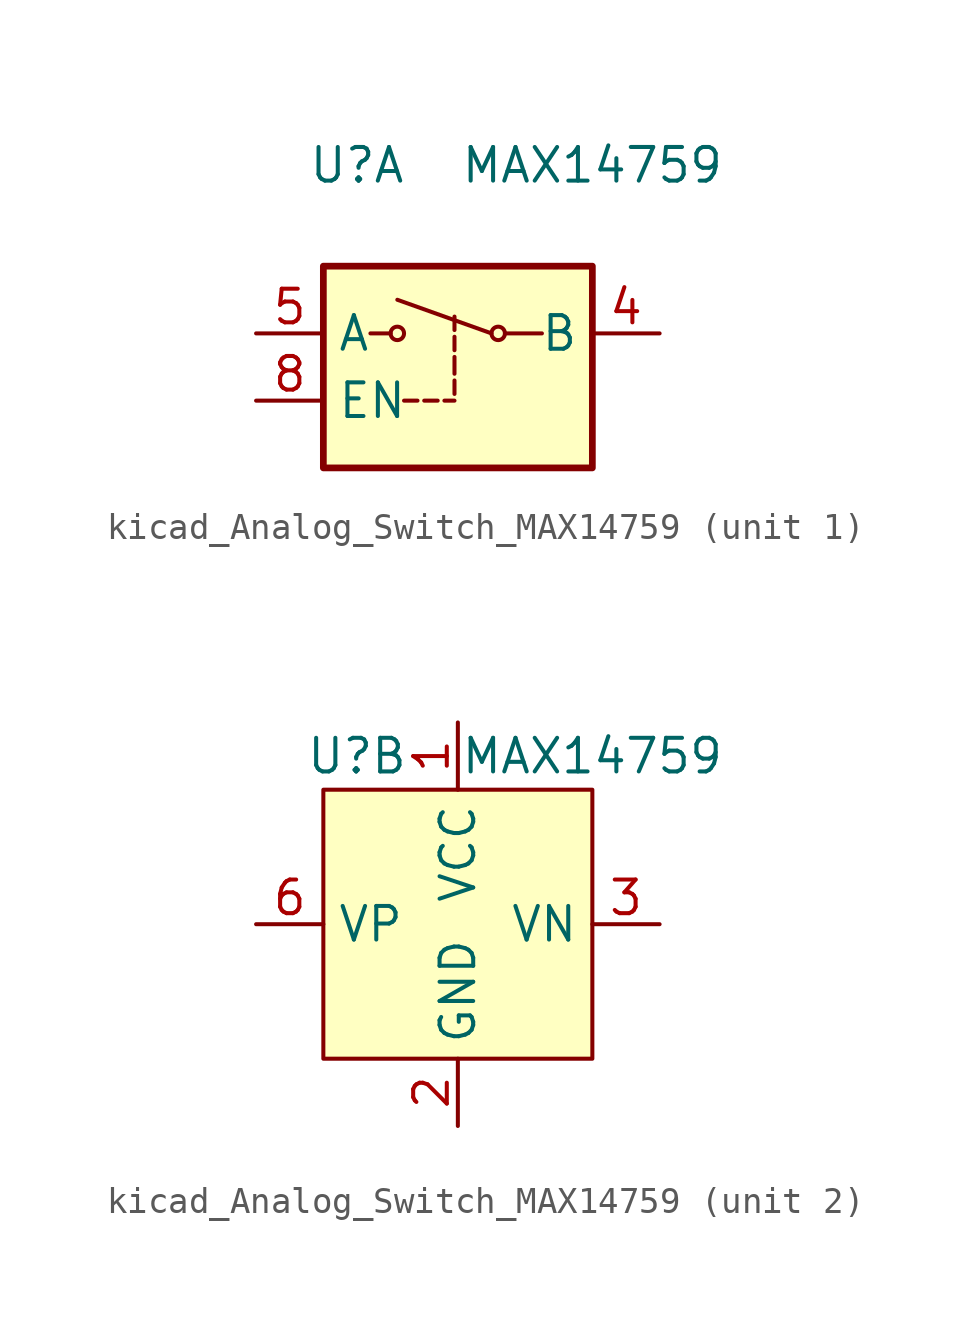
<source format=kicad_sym>
(kicad_symbol_lib
  (version 20220914)
  (generator kicad_symbol_editor)
  (symbol "kicad_Analog_Switch_MAX14759"
    (property "Reference" "U"
      (at -3.81 6.35 0)
      (effects (font (size 1.27 1.27))))
    (property "Value" "MAX14759"
      (at 5.08 6.35 0)
      (effects (font (size 1.27 1.27))))
    (property "ki_locked" ""
      (at 0 0 0)
      (effects (font (size 1.27 1.27))))
    (symbol "kicad_Analog_Switch_MAX14759_1_1"
      (rectangle (start -5.08 -5.08) (end 5.08 2.54) (stroke (width 0.254) (type default)) (fill (type background)))
      (circle (center -2.286 0) (radius 0.254) (stroke (width 0) (type default)) (fill (type none)))
      (polyline (pts (xy -3.302 0) (xy -2.54 0)) (stroke (width 0) (type default)) (fill (type none)))
      (polyline (pts (xy -2.032 -2.54) (xy -1.524 -2.54)) (stroke (width 0) (type default)) (fill (type none)))
      (polyline (pts (xy -1.27 -2.54) (xy -0.762 -2.54)) (stroke (width 0) (type default)) (fill (type none)))
      (polyline (pts (xy -0.508 -2.54) (xy -0.127 -2.54)) (stroke (width 0) (type default)) (fill (type none)))
      (polyline (pts (xy -0.127 -2.286) (xy -0.127 -1.778)) (stroke (width 0) (type default)) (fill (type none)))
      (polyline (pts (xy -0.127 -1.524) (xy -0.127 -0.889)) (stroke (width 0) (type default)) (fill (type none)))
      (polyline (pts (xy -0.127 -0.635) (xy -0.127 -0.127)) (stroke (width 0) (type default)) (fill (type none)))
      (polyline (pts (xy -0.127 0.127) (xy -0.127 0.635)) (stroke (width 0) (type default)) (fill (type none)))
      (polyline (pts (xy 1.27 0) (xy -2.286 1.27)) (stroke (width 0) (type default)) (fill (type none)))
      (polyline (pts (xy 3.175 0) (xy 1.778 0)) (stroke (width 0) (type default)) (fill (type none)))
      (circle (center 1.524 0) (radius 0.254) (stroke (width 0) (type default)) (fill (type none)))
      (pin passive line (at 7.62 0 180) (length 2.54) (name "B" (effects (font (size 1.27 1.27)))) (number "4" (effects (font (size 1.27 1.27)))))
      (pin passive line (at -7.62 0 0) (length 2.54) (name "A" (effects (font (size 1.27 1.27)))) (number "5" (effects (font (size 1.27 1.27)))))
      (pin input line (at -7.62 -2.54 0) (length 2.54) (name "EN" (effects (font (size 1.27 1.27)))) (number "8" (effects (font (size 1.27 1.27))))))
    (symbol "kicad_Analog_Switch_MAX14759_2_1"
      (rectangle (start -5.08 5.08) (end 5.08 -5.08) (stroke (width 0) (type default)) (fill (type background)))
      (pin power_in line (at 0 7.62 270) (length 2.54) (name "VCC" (effects (font (size 1.27 1.27)))) (number "1" (effects (font (size 1.27 1.27)))))
      (pin power_in line (at 0 -7.62 90) (length 2.54) (name "GND" (effects (font (size 1.27 1.27)))) (number "2" (effects (font (size 1.27 1.27)))))
      (pin passive line (at 7.62 0 180) (length 2.54) (name "VN" (effects (font (size 1.27 1.27)))) (number "3" (effects (font (size 1.27 1.27)))))
      (pin passive line (at -7.62 0 0) (length 2.54) (name "VP" (effects (font (size 1.27 1.27)))) (number "6" (effects (font (size 1.27 1.27)))))
      (pin no_connect line (at -2.54 2.54 180) (length 2.54) hide (name "NC" (effects (font (size 1.27 1.27)))) (number "7" (effects (font (size 1.27 1.27)))))
      (pin passive line (at 7.62 0 180) (length 2.54) hide (name "VN" (effects (font (size 1.27 1.27)))) (number "9" (effects (font (size 1.27 1.27))))))))
</source>
